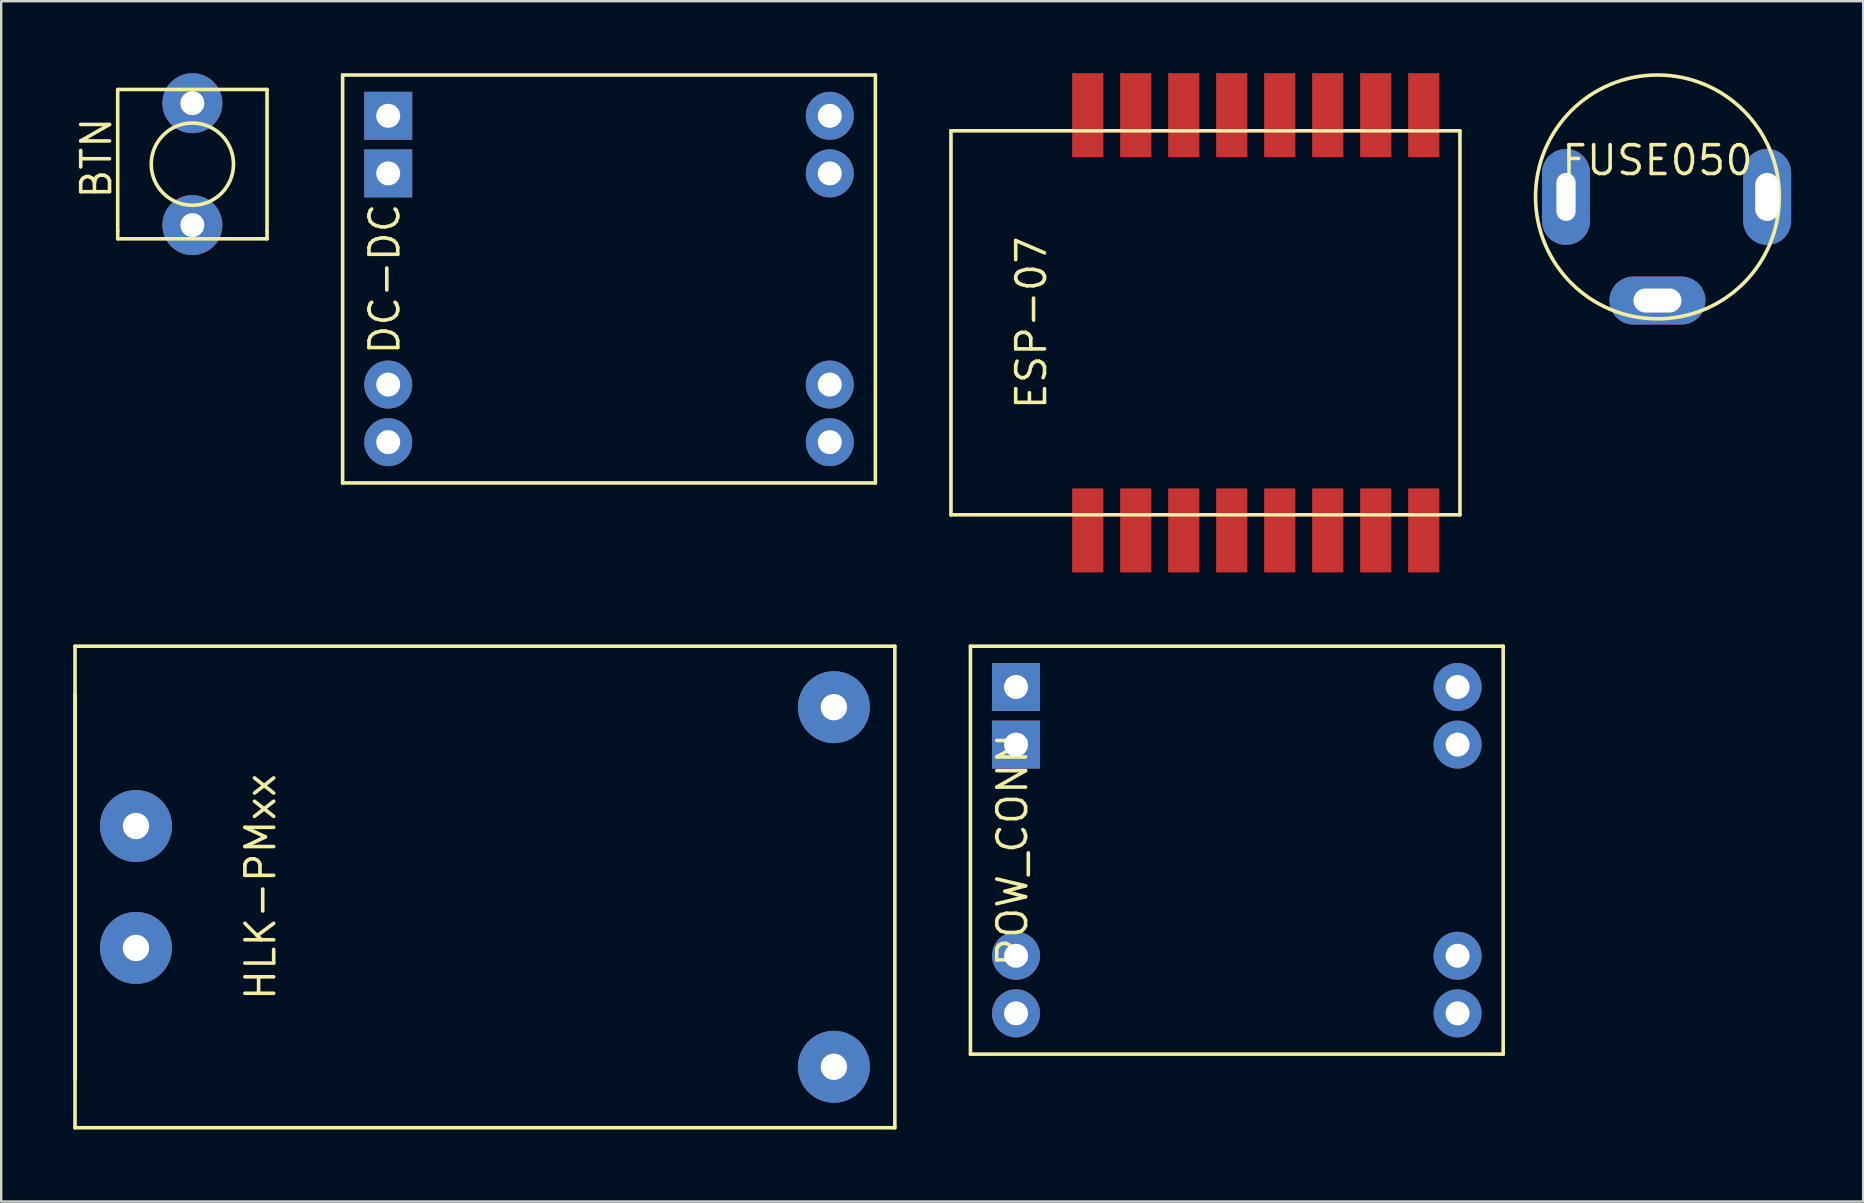
<source format=kicad_pcb>
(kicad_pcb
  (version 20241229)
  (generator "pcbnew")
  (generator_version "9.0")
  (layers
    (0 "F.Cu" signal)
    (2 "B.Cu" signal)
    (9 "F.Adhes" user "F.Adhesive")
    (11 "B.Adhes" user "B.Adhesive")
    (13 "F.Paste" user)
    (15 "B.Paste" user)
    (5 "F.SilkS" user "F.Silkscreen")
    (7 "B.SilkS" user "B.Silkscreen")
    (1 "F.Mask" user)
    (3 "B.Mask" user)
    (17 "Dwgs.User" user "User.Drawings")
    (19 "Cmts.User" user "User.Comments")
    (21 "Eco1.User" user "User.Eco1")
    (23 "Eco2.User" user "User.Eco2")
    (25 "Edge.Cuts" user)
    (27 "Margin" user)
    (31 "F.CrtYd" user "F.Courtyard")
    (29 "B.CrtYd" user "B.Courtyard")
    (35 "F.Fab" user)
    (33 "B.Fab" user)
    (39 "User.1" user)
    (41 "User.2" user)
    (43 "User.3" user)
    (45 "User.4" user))
  (footprint "FUSE050"
    (layer "F.Cu")
    (at 66.016 5.155)
    (property "Reference" "FUSE050" (at 0 -1.524 180) (layer "F.SilkS") (effects (font (size 1.2 1.2) (thickness 0.15))))
    (attr through_hole)
    (fp_circle (center 0 0) (end 0 5.08) (stroke (width 0.15) (type solid)) (fill no) (layer "F.SilkS"))
    (pad "1" thru_hole oval (at -3.81 0) (size 2 4) (drill oval 0.8 2) (layers "*.Cu" "*.Mask"))
    (pad "2" thru_hole oval (at 0 4.318) (size 4 2) (drill oval 2 1) (layers "*.Cu" "*.Mask" "F.Paste"))
    (pad "3" thru_hole oval (at 4.572 0) (size 2 4) (drill oval 1 2) (layers "*.Cu" "*.Mask")))
  (footprint "ESP-07"
    (layer "F.Cu")
    (at 49.277 10.401)
    (property "Reference" "ESP-07" (at -9.35 0 90) (layer "F.SilkS") (effects (font (size 1.2 1.2) (thickness 0.15))))
    (attr through_hole)
    (fp_line (start -12.7 8.001) (end -12.7 -8.001) (stroke (width 0.15) (type solid)) (layer "F.SilkS"))
    (fp_line (start -12.7 8.001) (end 8.509 8.001) (stroke (width 0.15) (type solid)) (layer "F.SilkS"))
    (fp_line (start 8.509 -8.001) (end -12.7 -8.001) (stroke (width 0.15) (type solid)) (layer "F.SilkS"))
    (fp_line (start 8.509 8.001) (end 8.509 -8.001) (stroke (width 0.15) (type solid)) (layer "F.SilkS"))
    (pad "1" smd rect (at -7 8.651) (size 1.3 3.5) (layers "F.Cu" "F.Mask" "F.Paste"))
    (pad "2" smd rect (at -5 8.651) (size 1.3 3.5) (layers "F.Cu" "F.Mask" "F.Paste"))
    (pad "3" smd rect (at -3 8.651) (size 1.3 3.5) (layers "F.Cu" "F.Mask" "F.Paste"))
    (pad "4" smd rect (at -1 8.651) (size 1.3 3.5) (layers "F.Cu" "F.Mask" "F.Paste"))
    (pad "5" smd rect (at 1 8.651) (size 1.3 3.5) (layers "F.Cu" "F.Mask" "F.Paste"))
    (pad "6" smd rect (at 3 8.651) (size 1.3 3.5) (layers "F.Cu" "F.Mask" "F.Paste"))
    (pad "7" smd rect (at 5 8.651) (size 1.3 3.5) (layers "F.Cu" "F.Mask" "F.Paste"))
    (pad "8" smd rect (at 7 8.651) (size 1.3 3.5) (layers "F.Cu" "F.Mask" "F.Paste"))
    (pad "9" smd rect (at 7 -8.651) (size 1.3 3.5) (layers "F.Cu" "F.Mask" "F.Paste"))
    (pad "10" smd rect (at 5 -8.651) (size 1.3 3.5) (layers "F.Cu" "F.Mask" "F.Paste"))
    (pad "11" smd rect (at 3 -8.651) (size 1.3 3.5) (layers "F.Cu" "F.Mask" "F.Paste"))
    (pad "12" smd rect (at 1 -8.651) (size 1.3 3.5) (layers "F.Cu" "F.Mask" "F.Paste"))
    (pad "13" smd rect (at -1 -8.651) (size 1.3 3.5) (layers "F.Cu" "F.Mask" "F.Paste"))
    (pad "14" smd rect (at -3 -8.651) (size 1.3 3.5) (layers "F.Cu" "F.Mask" "F.Paste"))
    (pad "15" smd rect (at -5 -8.651) (size 1.3 3.5) (layers "F.Cu" "F.Mask" "F.Paste"))
    (pad "16" smd rect (at -7 -8.651) (size 1.3 3.5) (layers "F.Cu" "F.Mask" "F.Paste")))
  (footprint "DC-DC"
    (layer "F.Cu")
    (at 22.327 8.575)
    (property "Reference" "DC-DC" (at -9.35 0 90) (layer "F.SilkS") (effects (font (size 1.2 1.2) (thickness 0.15))))
    (attr through_hole)
    (fp_line (start -11.1 8.5) (end -11.1 -8.5) (stroke (width 0.15) (type solid)) (layer "F.SilkS"))
    (fp_line (start -11.1 8.5) (end 11.1 8.5) (stroke (width 0.15) (type solid)) (layer "F.SilkS"))
    (fp_line (start 11.1 -8.5) (end -11.1 -8.5) (stroke (width 0.15) (type solid)) (layer "F.SilkS"))
    (fp_line (start 11.1 8.5) (end 11.1 -8.5) (stroke (width 0.15) (type solid)) (layer "F.SilkS"))
    (pad "1" thru_hole rect (at -9.2 -6.8) (size 2 2) (drill 1) (layers "*.Cu" "*.Mask"))
    (pad "1" thru_hole rect (at -9.2 -4.4) (size 2 2) (drill 1) (layers "*.Cu" "*.Mask"))
    (pad "2" thru_hole circle (at -9.2 4.4) (size 2 2) (drill 1) (layers "*.Cu" "*.Mask"))
    (pad "2" thru_hole circle (at -9.2 6.8) (size 2 2) (drill 1) (layers "*.Cu" "*.Mask"))
    (pad "3" thru_hole circle (at 9.2 4.4) (size 2 2) (drill 1) (layers "*.Cu" "*.Mask"))
    (pad "3" thru_hole circle (at 9.2 6.8) (size 2 2) (drill 1) (layers "*.Cu" "*.Mask"))
    (pad "4" thru_hole circle (at 9.2 -6.8) (size 2 2) (drill 1) (layers "*.Cu" "*.Mask"))
    (pad "4" thru_hole circle (at 9.2 -4.4) (size 2 2) (drill 1) (layers "*.Cu" "*.Mask")))
  (footprint "HLK-PMxx"
    (layer "F.Cu")
    (at 17.157 33.91)
    (property "Reference" "HLK-PMxx" (at -9.35 0 90) (layer "F.SilkS") (effects (font (size 1.2 1.2) (thickness 0.15))))
    (attr through_hole)
    (fp_line (start -17.081 -10.033) (end 17.081 -10.033) (stroke (width 0.15) (type solid)) (layer "F.SilkS"))
    (fp_line (start -17.081 8.001) (end -17.081 -8.001) (stroke (width 0.15) (type solid)) (layer "F.SilkS"))
    (fp_line (start -17.081 10.033) (end -17.081 -10.033) (stroke (width 0.15) (type solid)) (layer "F.SilkS"))
    (fp_line (start -17.081 10.033) (end 17.081 10.033) (stroke (width 0.15) (type solid)) (layer "F.SilkS"))
    (fp_line (start 17.081 -10.033) (end 17.081 10.033) (stroke (width 0.15) (type solid)) (layer "F.SilkS"))
    (pad "1" thru_hole circle (at -14.541 -2.54) (size 3 3) (drill 1.1) (layers "*.Cu" "*.Mask"))
    (pad "2" thru_hole circle (at -14.541 2.54) (size 3 3) (drill 1.1) (layers "*.Cu" "*.Mask"))
    (pad "3" thru_hole circle (at 14.541 7.493) (size 3 3) (drill 1.1) (layers "*.Cu" "*.Mask"))
    (pad "4" thru_hole circle (at 14.541 -7.493) (size 3 3) (drill 1.1) (layers "*.Cu" "*.Mask")))
  (footprint "BTN"
    (layer "F.Cu")
    (at 4.966 3.79)
    (property "Reference" "BTN" (at -4 -0.254 90) (layer "F.SilkS") (effects (font (size 1.2 1.2) (thickness 0.15))))
    (attr through_hole)
    (fp_line (start -3.111 -3.111) (end 3.111 -3.111) (stroke (width 0.15) (type solid)) (layer "F.SilkS"))
    (fp_line (start -3.111 2.794) (end -3.111 -3.111) (stroke (width 0.15) (type solid)) (layer "F.SilkS"))
    (fp_line (start -3.111 3.111) (end -3.111 2.794) (stroke (width 0.15) (type solid)) (layer "F.SilkS"))
    (fp_line (start 3.111 -3.111) (end 3.111 2.794) (stroke (width 0.15) (type solid)) (layer "F.SilkS"))
    (fp_line (start 3.111 2.794) (end 3.111 3.111) (stroke (width 0.15) (type solid)) (layer "F.SilkS"))
    (fp_line (start 3.111 3.111) (end -3.111 3.111) (stroke (width 0.15) (type solid)) (layer "F.SilkS"))
    (fp_circle (center 0 0) (end 1.714 0) (stroke (width 0.15) (type solid)) (fill no) (layer "F.SilkS"))
    (pad "1" thru_hole circle (at 0 -2.54) (size 2.5 2.5) (drill 1) (layers "*.Cu" "*.Mask"))
    (pad "2" thru_hole circle (at 0 2.54) (size 2.5 2.5) (drill 1) (layers "*.Cu" "*.Mask")))
  (footprint "POW_CONN"
    (layer "F.Cu")
    (at 48.488 32.377)
    (property "Reference" "POW_CONN" (at -9.35 0 90) (layer "F.SilkS") (effects (font (size 1.2 1.2) (thickness 0.15))))
    (attr through_hole)
    (fp_line (start -11.1 8.5) (end -11.1 -8.5) (stroke (width 0.15) (type solid)) (layer "F.SilkS"))
    (fp_line (start -11.1 8.5) (end 11.1 8.5) (stroke (width 0.15) (type solid)) (layer "F.SilkS"))
    (fp_line (start 11.1 -8.5) (end -11.1 -8.5) (stroke (width 0.15) (type solid)) (layer "F.SilkS"))
    (fp_line (start 11.1 8.5) (end 11.1 -8.5) (stroke (width 0.15) (type solid)) (layer "F.SilkS"))
    (pad "1" thru_hole rect (at -9.2 -6.8) (size 2 2) (drill 1) (layers "*.Cu" "*.Mask"))
    (pad "1" thru_hole rect (at -9.2 -4.4) (size 2 2) (drill 1) (layers "*.Cu" "*.Mask"))
    (pad "2" thru_hole circle (at -9.2 4.4) (size 2 2) (drill 1) (layers "*.Cu" "*.Mask"))
    (pad "2" thru_hole circle (at -9.2 6.8) (size 2 2) (drill 1) (layers "*.Cu" "*.Mask"))
    (pad "3" thru_hole circle (at 9.2 4.4) (size 2 2) (drill 1) (layers "*.Cu" "*.Mask"))
    (pad "3" thru_hole circle (at 9.2 6.8) (size 2 2) (drill 1) (layers "*.Cu" "*.Mask"))
    (pad "4" thru_hole circle (at 9.2 -6.8) (size 2 2) (drill 1) (layers "*.Cu" "*.Mask"))
    (pad "4" thru_hole circle (at 9.2 -4.4) (size 2 2) (drill 1) (layers "*.Cu" "*.Mask")))
  (gr_rect
    (start -3 -3)
    (end 74.588 47.018)
    (stroke (width 0.1) (type default))
    (fill no)
    (layer "Edge.Cuts")))
</source>
